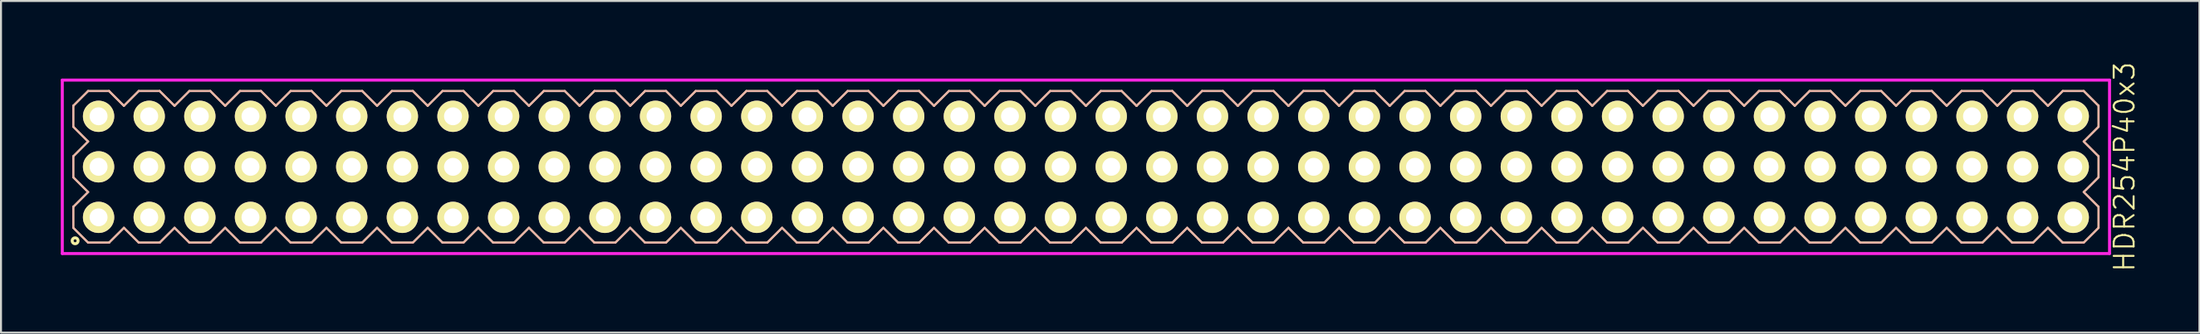
<source format=kicad_pcb>
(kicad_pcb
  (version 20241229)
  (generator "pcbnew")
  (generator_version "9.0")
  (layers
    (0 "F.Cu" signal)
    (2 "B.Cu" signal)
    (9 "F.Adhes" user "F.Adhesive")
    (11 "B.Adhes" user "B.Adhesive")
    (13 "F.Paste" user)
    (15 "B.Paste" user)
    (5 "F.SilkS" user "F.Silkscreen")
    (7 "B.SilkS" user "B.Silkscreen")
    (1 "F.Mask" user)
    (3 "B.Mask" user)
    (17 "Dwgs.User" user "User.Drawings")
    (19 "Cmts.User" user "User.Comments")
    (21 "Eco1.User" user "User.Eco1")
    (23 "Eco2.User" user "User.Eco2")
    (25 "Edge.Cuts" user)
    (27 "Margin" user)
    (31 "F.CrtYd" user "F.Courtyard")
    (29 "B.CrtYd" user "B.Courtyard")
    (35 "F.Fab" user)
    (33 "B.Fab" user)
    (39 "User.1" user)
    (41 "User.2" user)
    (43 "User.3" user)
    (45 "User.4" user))
  (footprint "HDR254P40x3"
    (layer "F.Cu")
    (at 51.425 5.336)
    (property "Reference" "HDR254P40x3" (at 52.1 0 90) (layer "F.SilkS") (effects (font (size 1 1) (thickness 0.1))))
    (attr through_hole)
    (fp_line (start -50.8 -3.066) (end -50.056 -3.81) (stroke (width 0.1) (type solid)) (layer "F.SilkS"))
    (fp_line (start -50.8 -2.014) (end -50.8 -3.066) (stroke (width 0.1) (type solid)) (layer "F.SilkS"))
    (fp_line (start -50.8 -0.526) (end -50.056 -1.27) (stroke (width 0.1) (type solid)) (layer "F.SilkS"))
    (fp_line (start -50.8 0.526) (end -50.8 -0.526) (stroke (width 0.1) (type solid)) (layer "F.SilkS"))
    (fp_line (start -50.8 2.014) (end -50.056 1.27) (stroke (width 0.1) (type solid)) (layer "F.SilkS"))
    (fp_line (start -50.8 3.066) (end -50.8 2.014) (stroke (width 0.1) (type solid)) (layer "F.SilkS"))
    (fp_line (start -50.056 -3.81) (end -49.004 -3.81) (stroke (width 0.1) (type solid)) (layer "F.SilkS"))
    (fp_line (start -50.056 -1.27) (end -50.8 -2.014) (stroke (width 0.1) (type solid)) (layer "F.SilkS"))
    (fp_line (start -50.056 1.27) (end -50.8 0.526) (stroke (width 0.1) (type solid)) (layer "F.SilkS"))
    (fp_line (start -50.056 3.81) (end -50.8 3.066) (stroke (width 0.1) (type solid)) (layer "F.SilkS"))
    (fp_line (start -49.004 -3.81) (end -48.26 -3.066) (stroke (width 0.1) (type solid)) (layer "F.SilkS"))
    (fp_line (start -49.004 3.81) (end -50.056 3.81) (stroke (width 0.1) (type solid)) (layer "F.SilkS"))
    (fp_line (start -48.26 -3.066) (end -47.516 -3.81) (stroke (width 0.1) (type solid)) (layer "F.SilkS"))
    (fp_line (start -48.26 3.066) (end -49.004 3.81) (stroke (width 0.1) (type solid)) (layer "F.SilkS"))
    (fp_line (start -47.516 -3.81) (end -46.464 -3.81) (stroke (width 0.1) (type solid)) (layer "F.SilkS"))
    (fp_line (start -47.516 3.81) (end -48.26 3.066) (stroke (width 0.1) (type solid)) (layer "F.SilkS"))
    (fp_line (start -46.464 -3.81) (end -45.72 -3.066) (stroke (width 0.1) (type solid)) (layer "F.SilkS"))
    (fp_line (start -46.464 3.81) (end -47.516 3.81) (stroke (width 0.1) (type solid)) (layer "F.SilkS"))
    (fp_line (start -45.72 -3.066) (end -44.976 -3.81) (stroke (width 0.1) (type solid)) (layer "F.SilkS"))
    (fp_line (start -45.72 3.066) (end -46.464 3.81) (stroke (width 0.1) (type solid)) (layer "F.SilkS"))
    (fp_line (start -44.976 -3.81) (end -43.924 -3.81) (stroke (width 0.1) (type solid)) (layer "F.SilkS"))
    (fp_line (start -44.976 3.81) (end -45.72 3.066) (stroke (width 0.1) (type solid)) (layer "F.SilkS"))
    (fp_line (start -43.924 -3.81) (end -43.18 -3.066) (stroke (width 0.1) (type solid)) (layer "F.SilkS"))
    (fp_line (start -43.924 3.81) (end -44.976 3.81) (stroke (width 0.1) (type solid)) (layer "F.SilkS"))
    (fp_line (start -43.18 -3.066) (end -42.436 -3.81) (stroke (width 0.1) (type solid)) (layer "F.SilkS"))
    (fp_line (start -43.18 3.066) (end -43.924 3.81) (stroke (width 0.1) (type solid)) (layer "F.SilkS"))
    (fp_line (start -42.436 -3.81) (end -41.384 -3.81) (stroke (width 0.1) (type solid)) (layer "F.SilkS"))
    (fp_line (start -42.436 3.81) (end -43.18 3.066) (stroke (width 0.1) (type solid)) (layer "F.SilkS"))
    (fp_line (start -41.384 -3.81) (end -40.64 -3.066) (stroke (width 0.1) (type solid)) (layer "F.SilkS"))
    (fp_line (start -41.384 3.81) (end -42.436 3.81) (stroke (width 0.1) (type solid)) (layer "F.SilkS"))
    (fp_line (start -40.64 -3.066) (end -39.896 -3.81) (stroke (width 0.1) (type solid)) (layer "F.SilkS"))
    (fp_line (start -40.64 3.066) (end -41.384 3.81) (stroke (width 0.1) (type solid)) (layer "F.SilkS"))
    (fp_line (start -39.896 -3.81) (end -38.844 -3.81) (stroke (width 0.1) (type solid)) (layer "F.SilkS"))
    (fp_line (start -39.896 3.81) (end -40.64 3.066) (stroke (width 0.1) (type solid)) (layer "F.SilkS"))
    (fp_line (start -38.844 -3.81) (end -38.1 -3.066) (stroke (width 0.1) (type solid)) (layer "F.SilkS"))
    (fp_line (start -38.844 3.81) (end -39.896 3.81) (stroke (width 0.1) (type solid)) (layer "F.SilkS"))
    (fp_line (start -38.1 -3.066) (end -37.356 -3.81) (stroke (width 0.1) (type solid)) (layer "F.SilkS"))
    (fp_line (start -38.1 3.066) (end -38.844 3.81) (stroke (width 0.1) (type solid)) (layer "F.SilkS"))
    (fp_line (start -37.356 -3.81) (end -36.304 -3.81) (stroke (width 0.1) (type solid)) (layer "F.SilkS"))
    (fp_line (start -37.356 3.81) (end -38.1 3.066) (stroke (width 0.1) (type solid)) (layer "F.SilkS"))
    (fp_line (start -36.304 -3.81) (end -35.56 -3.066) (stroke (width 0.1) (type solid)) (layer "F.SilkS"))
    (fp_line (start -36.304 3.81) (end -37.356 3.81) (stroke (width 0.1) (type solid)) (layer "F.SilkS"))
    (fp_line (start -35.56 -3.066) (end -34.816 -3.81) (stroke (width 0.1) (type solid)) (layer "F.SilkS"))
    (fp_line (start -35.56 3.066) (end -36.304 3.81) (stroke (width 0.1) (type solid)) (layer "F.SilkS"))
    (fp_line (start -34.816 -3.81) (end -33.764 -3.81) (stroke (width 0.1) (type solid)) (layer "F.SilkS"))
    (fp_line (start -34.816 3.81) (end -35.56 3.066) (stroke (width 0.1) (type solid)) (layer "F.SilkS"))
    (fp_line (start -33.764 -3.81) (end -33.02 -3.066) (stroke (width 0.1) (type solid)) (layer "F.SilkS"))
    (fp_line (start -33.764 3.81) (end -34.816 3.81) (stroke (width 0.1) (type solid)) (layer "F.SilkS"))
    (fp_line (start -33.02 -3.066) (end -32.276 -3.81) (stroke (width 0.1) (type solid)) (layer "F.SilkS"))
    (fp_line (start -33.02 3.066) (end -33.764 3.81) (stroke (width 0.1) (type solid)) (layer "F.SilkS"))
    (fp_line (start -32.276 -3.81) (end -31.224 -3.81) (stroke (width 0.1) (type solid)) (layer "F.SilkS"))
    (fp_line (start -32.276 3.81) (end -33.02 3.066) (stroke (width 0.1) (type solid)) (layer "F.SilkS"))
    (fp_line (start -31.224 -3.81) (end -30.48 -3.066) (stroke (width 0.1) (type solid)) (layer "F.SilkS"))
    (fp_line (start -31.224 3.81) (end -32.276 3.81) (stroke (width 0.1) (type solid)) (layer "F.SilkS"))
    (fp_line (start -30.48 -3.066) (end -29.736 -3.81) (stroke (width 0.1) (type solid)) (layer "F.SilkS"))
    (fp_line (start -30.48 3.066) (end -31.224 3.81) (stroke (width 0.1) (type solid)) (layer "F.SilkS"))
    (fp_line (start -29.736 -3.81) (end -28.684 -3.81) (stroke (width 0.1) (type solid)) (layer "F.SilkS"))
    (fp_line (start -29.736 3.81) (end -30.48 3.066) (stroke (width 0.1) (type solid)) (layer "F.SilkS"))
    (fp_line (start -28.684 -3.81) (end -27.94 -3.066) (stroke (width 0.1) (type solid)) (layer "F.SilkS"))
    (fp_line (start -28.684 3.81) (end -29.736 3.81) (stroke (width 0.1) (type solid)) (layer "F.SilkS"))
    (fp_line (start -27.94 -3.066) (end -27.196 -3.81) (stroke (width 0.1) (type solid)) (layer "F.SilkS"))
    (fp_line (start -27.94 3.066) (end -28.684 3.81) (stroke (width 0.1) (type solid)) (layer "F.SilkS"))
    (fp_line (start -27.196 -3.81) (end -26.144 -3.81) (stroke (width 0.1) (type solid)) (layer "F.SilkS"))
    (fp_line (start -27.196 3.81) (end -27.94 3.066) (stroke (width 0.1) (type solid)) (layer "F.SilkS"))
    (fp_line (start -26.144 -3.81) (end -25.4 -3.066) (stroke (width 0.1) (type solid)) (layer "F.SilkS"))
    (fp_line (start -26.144 3.81) (end -27.196 3.81) (stroke (width 0.1) (type solid)) (layer "F.SilkS"))
    (fp_line (start -25.4 -3.066) (end -24.656 -3.81) (stroke (width 0.1) (type solid)) (layer "F.SilkS"))
    (fp_line (start -25.4 3.066) (end -26.144 3.81) (stroke (width 0.1) (type solid)) (layer "F.SilkS"))
    (fp_line (start -24.656 -3.81) (end -23.604 -3.81) (stroke (width 0.1) (type solid)) (layer "F.SilkS"))
    (fp_line (start -24.656 3.81) (end -25.4 3.066) (stroke (width 0.1) (type solid)) (layer "F.SilkS"))
    (fp_line (start -23.604 -3.81) (end -22.86 -3.066) (stroke (width 0.1) (type solid)) (layer "F.SilkS"))
    (fp_line (start -23.604 3.81) (end -24.656 3.81) (stroke (width 0.1) (type solid)) (layer "F.SilkS"))
    (fp_line (start -22.86 -3.066) (end -22.116 -3.81) (stroke (width 0.1) (type solid)) (layer "F.SilkS"))
    (fp_line (start -22.86 3.066) (end -23.604 3.81) (stroke (width 0.1) (type solid)) (layer "F.SilkS"))
    (fp_line (start -22.116 -3.81) (end -21.064 -3.81) (stroke (width 0.1) (type solid)) (layer "F.SilkS"))
    (fp_line (start -22.116 3.81) (end -22.86 3.066) (stroke (width 0.1) (type solid)) (layer "F.SilkS"))
    (fp_line (start -21.064 -3.81) (end -20.32 -3.066) (stroke (width 0.1) (type solid)) (layer "F.SilkS"))
    (fp_line (start -21.064 3.81) (end -22.116 3.81) (stroke (width 0.1) (type solid)) (layer "F.SilkS"))
    (fp_line (start -20.32 -3.066) (end -19.576 -3.81) (stroke (width 0.1) (type solid)) (layer "F.SilkS"))
    (fp_line (start -20.32 3.066) (end -21.064 3.81) (stroke (width 0.1) (type solid)) (layer "F.SilkS"))
    (fp_line (start -19.576 -3.81) (end -18.524 -3.81) (stroke (width 0.1) (type solid)) (layer "F.SilkS"))
    (fp_line (start -19.576 3.81) (end -20.32 3.066) (stroke (width 0.1) (type solid)) (layer "F.SilkS"))
    (fp_line (start -18.524 -3.81) (end -17.78 -3.066) (stroke (width 0.1) (type solid)) (layer "F.SilkS"))
    (fp_line (start -18.524 3.81) (end -19.576 3.81) (stroke (width 0.1) (type solid)) (layer "F.SilkS"))
    (fp_line (start -17.78 -3.066) (end -17.036 -3.81) (stroke (width 0.1) (type solid)) (layer "F.SilkS"))
    (fp_line (start -17.78 3.066) (end -18.524 3.81) (stroke (width 0.1) (type solid)) (layer "F.SilkS"))
    (fp_line (start -17.036 -3.81) (end -15.984 -3.81) (stroke (width 0.1) (type solid)) (layer "F.SilkS"))
    (fp_line (start -17.036 3.81) (end -17.78 3.066) (stroke (width 0.1) (type solid)) (layer "F.SilkS"))
    (fp_line (start -15.984 -3.81) (end -15.24 -3.066) (stroke (width 0.1) (type solid)) (layer "F.SilkS"))
    (fp_line (start -15.984 3.81) (end -17.036 3.81) (stroke (width 0.1) (type solid)) (layer "F.SilkS"))
    (fp_line (start -15.24 -3.066) (end -14.496 -3.81) (stroke (width 0.1) (type solid)) (layer "F.SilkS"))
    (fp_line (start -15.24 3.066) (end -15.984 3.81) (stroke (width 0.1) (type solid)) (layer "F.SilkS"))
    (fp_line (start -14.496 -3.81) (end -13.444 -3.81) (stroke (width 0.1) (type solid)) (layer "F.SilkS"))
    (fp_line (start -14.496 3.81) (end -15.24 3.066) (stroke (width 0.1) (type solid)) (layer "F.SilkS"))
    (fp_line (start -13.444 -3.81) (end -12.7 -3.066) (stroke (width 0.1) (type solid)) (layer "F.SilkS"))
    (fp_line (start -13.444 3.81) (end -14.496 3.81) (stroke (width 0.1) (type solid)) (layer "F.SilkS"))
    (fp_line (start -12.7 -3.066) (end -11.956 -3.81) (stroke (width 0.1) (type solid)) (layer "F.SilkS"))
    (fp_line (start -12.7 3.066) (end -13.444 3.81) (stroke (width 0.1) (type solid)) (layer "F.SilkS"))
    (fp_line (start -11.956 -3.81) (end -10.904 -3.81) (stroke (width 0.1) (type solid)) (layer "F.SilkS"))
    (fp_line (start -11.956 3.81) (end -12.7 3.066) (stroke (width 0.1) (type solid)) (layer "F.SilkS"))
    (fp_line (start -10.904 -3.81) (end -10.16 -3.066) (stroke (width 0.1) (type solid)) (layer "F.SilkS"))
    (fp_line (start -10.904 3.81) (end -11.956 3.81) (stroke (width 0.1) (type solid)) (layer "F.SilkS"))
    (fp_line (start -10.16 -3.066) (end -9.416 -3.81) (stroke (width 0.1) (type solid)) (layer "F.SilkS"))
    (fp_line (start -10.16 3.066) (end -10.904 3.81) (stroke (width 0.1) (type solid)) (layer "F.SilkS"))
    (fp_line (start -9.416 -3.81) (end -8.364 -3.81) (stroke (width 0.1) (type solid)) (layer "F.SilkS"))
    (fp_line (start -9.416 3.81) (end -10.16 3.066) (stroke (width 0.1) (type solid)) (layer "F.SilkS"))
    (fp_line (start -8.364 -3.81) (end -7.62 -3.066) (stroke (width 0.1) (type solid)) (layer "F.SilkS"))
    (fp_line (start -8.364 3.81) (end -9.416 3.81) (stroke (width 0.1) (type solid)) (layer "F.SilkS"))
    (fp_line (start -7.62 -3.066) (end -6.876 -3.81) (stroke (width 0.1) (type solid)) (layer "F.SilkS"))
    (fp_line (start -7.62 3.066) (end -8.364 3.81) (stroke (width 0.1) (type solid)) (layer "F.SilkS"))
    (fp_line (start -6.876 -3.81) (end -5.824 -3.81) (stroke (width 0.1) (type solid)) (layer "F.SilkS"))
    (fp_line (start -6.876 3.81) (end -7.62 3.066) (stroke (width 0.1) (type solid)) (layer "F.SilkS"))
    (fp_line (start -5.824 -3.81) (end -5.08 -3.066) (stroke (width 0.1) (type solid)) (layer "F.SilkS"))
    (fp_line (start -5.824 3.81) (end -6.876 3.81) (stroke (width 0.1) (type solid)) (layer "F.SilkS"))
    (fp_line (start -5.08 -3.066) (end -4.336 -3.81) (stroke (width 0.1) (type solid)) (layer "F.SilkS"))
    (fp_line (start -5.08 3.066) (end -5.824 3.81) (stroke (width 0.1) (type solid)) (layer "F.SilkS"))
    (fp_line (start -4.336 -3.81) (end -3.284 -3.81) (stroke (width 0.1) (type solid)) (layer "F.SilkS"))
    (fp_line (start -4.336 3.81) (end -5.08 3.066) (stroke (width 0.1) (type solid)) (layer "F.SilkS"))
    (fp_line (start -3.284 -3.81) (end -2.54 -3.066) (stroke (width 0.1) (type solid)) (layer "F.SilkS"))
    (fp_line (start -3.284 3.81) (end -4.336 3.81) (stroke (width 0.1) (type solid)) (layer "F.SilkS"))
    (fp_line (start -2.54 -3.066) (end -1.796 -3.81) (stroke (width 0.1) (type solid)) (layer "F.SilkS"))
    (fp_line (start -2.54 3.066) (end -3.284 3.81) (stroke (width 0.1) (type solid)) (layer "F.SilkS"))
    (fp_line (start -1.796 -3.81) (end -0.744 -3.81) (stroke (width 0.1) (type solid)) (layer "F.SilkS"))
    (fp_line (start -1.796 3.81) (end -2.54 3.066) (stroke (width 0.1) (type solid)) (layer "F.SilkS"))
    (fp_line (start -0.744 -3.81) (end 0 -3.066) (stroke (width 0.1) (type solid)) (layer "F.SilkS"))
    (fp_line (start -0.744 3.81) (end -1.796 3.81) (stroke (width 0.1) (type solid)) (layer "F.SilkS"))
    (fp_line (start 0 -3.066) (end 0.744 -3.81) (stroke (width 0.1) (type solid)) (layer "F.SilkS"))
    (fp_line (start 0 3.066) (end -0.744 3.81) (stroke (width 0.1) (type solid)) (layer "F.SilkS"))
    (fp_line (start 0.744 -3.81) (end 1.796 -3.81) (stroke (width 0.1) (type solid)) (layer "F.SilkS"))
    (fp_line (start 0.744 3.81) (end 0 3.066) (stroke (width 0.1) (type solid)) (layer "F.SilkS"))
    (fp_line (start 1.796 -3.81) (end 2.54 -3.066) (stroke (width 0.1) (type solid)) (layer "F.SilkS"))
    (fp_line (start 1.796 3.81) (end 0.744 3.81) (stroke (width 0.1) (type solid)) (layer "F.SilkS"))
    (fp_line (start 2.54 -3.066) (end 3.284 -3.81) (stroke (width 0.1) (type solid)) (layer "F.SilkS"))
    (fp_line (start 2.54 3.066) (end 1.796 3.81) (stroke (width 0.1) (type solid)) (layer "F.SilkS"))
    (fp_line (start 3.284 -3.81) (end 4.336 -3.81) (stroke (width 0.1) (type solid)) (layer "F.SilkS"))
    (fp_line (start 3.284 3.81) (end 2.54 3.066) (stroke (width 0.1) (type solid)) (layer "F.SilkS"))
    (fp_line (start 4.336 -3.81) (end 5.08 -3.066) (stroke (width 0.1) (type solid)) (layer "F.SilkS"))
    (fp_line (start 4.336 3.81) (end 3.284 3.81) (stroke (width 0.1) (type solid)) (layer "F.SilkS"))
    (fp_line (start 5.08 -3.066) (end 5.824 -3.81) (stroke (width 0.1) (type solid)) (layer "F.SilkS"))
    (fp_line (start 5.08 3.066) (end 4.336 3.81) (stroke (width 0.1) (type solid)) (layer "F.SilkS"))
    (fp_line (start 5.824 -3.81) (end 6.876 -3.81) (stroke (width 0.1) (type solid)) (layer "F.SilkS"))
    (fp_line (start 5.824 3.81) (end 5.08 3.066) (stroke (width 0.1) (type solid)) (layer "F.SilkS"))
    (fp_line (start 6.876 -3.81) (end 7.62 -3.066) (stroke (width 0.1) (type solid)) (layer "F.SilkS"))
    (fp_line (start 6.876 3.81) (end 5.824 3.81) (stroke (width 0.1) (type solid)) (layer "F.SilkS"))
    (fp_line (start 7.62 -3.066) (end 8.364 -3.81) (stroke (width 0.1) (type solid)) (layer "F.SilkS"))
    (fp_line (start 7.62 3.066) (end 6.876 3.81) (stroke (width 0.1) (type solid)) (layer "F.SilkS"))
    (fp_line (start 8.364 -3.81) (end 9.416 -3.81) (stroke (width 0.1) (type solid)) (layer "F.SilkS"))
    (fp_line (start 8.364 3.81) (end 7.62 3.066) (stroke (width 0.1) (type solid)) (layer "F.SilkS"))
    (fp_line (start 9.416 -3.81) (end 10.16 -3.066) (stroke (width 0.1) (type solid)) (layer "F.SilkS"))
    (fp_line (start 9.416 3.81) (end 8.364 3.81) (stroke (width 0.1) (type solid)) (layer "F.SilkS"))
    (fp_line (start 10.16 -3.066) (end 10.904 -3.81) (stroke (width 0.1) (type solid)) (layer "F.SilkS"))
    (fp_line (start 10.16 3.066) (end 9.416 3.81) (stroke (width 0.1) (type solid)) (layer "F.SilkS"))
    (fp_line (start 10.904 -3.81) (end 11.956 -3.81) (stroke (width 0.1) (type solid)) (layer "F.SilkS"))
    (fp_line (start 10.904 3.81) (end 10.16 3.066) (stroke (width 0.1) (type solid)) (layer "F.SilkS"))
    (fp_line (start 11.956 -3.81) (end 12.7 -3.066) (stroke (width 0.1) (type solid)) (layer "F.SilkS"))
    (fp_line (start 11.956 3.81) (end 10.904 3.81) (stroke (width 0.1) (type solid)) (layer "F.SilkS"))
    (fp_line (start 12.7 -3.066) (end 13.444 -3.81) (stroke (width 0.1) (type solid)) (layer "F.SilkS"))
    (fp_line (start 12.7 3.066) (end 11.956 3.81) (stroke (width 0.1) (type solid)) (layer "F.SilkS"))
    (fp_line (start 13.444 -3.81) (end 14.496 -3.81) (stroke (width 0.1) (type solid)) (layer "F.SilkS"))
    (fp_line (start 13.444 3.81) (end 12.7 3.066) (stroke (width 0.1) (type solid)) (layer "F.SilkS"))
    (fp_line (start 14.496 -3.81) (end 15.24 -3.066) (stroke (width 0.1) (type solid)) (layer "F.SilkS"))
    (fp_line (start 14.496 3.81) (end 13.444 3.81) (stroke (width 0.1) (type solid)) (layer "F.SilkS"))
    (fp_line (start 15.24 -3.066) (end 15.984 -3.81) (stroke (width 0.1) (type solid)) (layer "F.SilkS"))
    (fp_line (start 15.24 3.066) (end 14.496 3.81) (stroke (width 0.1) (type solid)) (layer "F.SilkS"))
    (fp_line (start 15.984 -3.81) (end 17.036 -3.81) (stroke (width 0.1) (type solid)) (layer "F.SilkS"))
    (fp_line (start 15.984 3.81) (end 15.24 3.066) (stroke (width 0.1) (type solid)) (layer "F.SilkS"))
    (fp_line (start 17.036 -3.81) (end 17.78 -3.066) (stroke (width 0.1) (type solid)) (layer "F.SilkS"))
    (fp_line (start 17.036 3.81) (end 15.984 3.81) (stroke (width 0.1) (type solid)) (layer "F.SilkS"))
    (fp_line (start 17.78 -3.066) (end 18.524 -3.81) (stroke (width 0.1) (type solid)) (layer "F.SilkS"))
    (fp_line (start 17.78 3.066) (end 17.036 3.81) (stroke (width 0.1) (type solid)) (layer "F.SilkS"))
    (fp_line (start 18.524 -3.81) (end 19.576 -3.81) (stroke (width 0.1) (type solid)) (layer "F.SilkS"))
    (fp_line (start 18.524 3.81) (end 17.78 3.066) (stroke (width 0.1) (type solid)) (layer "F.SilkS"))
    (fp_line (start 19.576 -3.81) (end 20.32 -3.066) (stroke (width 0.1) (type solid)) (layer "F.SilkS"))
    (fp_line (start 19.576 3.81) (end 18.524 3.81) (stroke (width 0.1) (type solid)) (layer "F.SilkS"))
    (fp_line (start 20.32 -3.066) (end 21.064 -3.81) (stroke (width 0.1) (type solid)) (layer "F.SilkS"))
    (fp_line (start 20.32 3.066) (end 19.576 3.81) (stroke (width 0.1) (type solid)) (layer "F.SilkS"))
    (fp_line (start 21.064 -3.81) (end 22.116 -3.81) (stroke (width 0.1) (type solid)) (layer "F.SilkS"))
    (fp_line (start 21.064 3.81) (end 20.32 3.066) (stroke (width 0.1) (type solid)) (layer "F.SilkS"))
    (fp_line (start 22.116 -3.81) (end 22.86 -3.066) (stroke (width 0.1) (type solid)) (layer "F.SilkS"))
    (fp_line (start 22.116 3.81) (end 21.064 3.81) (stroke (width 0.1) (type solid)) (layer "F.SilkS"))
    (fp_line (start 22.86 -3.066) (end 23.604 -3.81) (stroke (width 0.1) (type solid)) (layer "F.SilkS"))
    (fp_line (start 22.86 3.066) (end 22.116 3.81) (stroke (width 0.1) (type solid)) (layer "F.SilkS"))
    (fp_line (start 23.604 -3.81) (end 24.656 -3.81) (stroke (width 0.1) (type solid)) (layer "F.SilkS"))
    (fp_line (start 23.604 3.81) (end 22.86 3.066) (stroke (width 0.1) (type solid)) (layer "F.SilkS"))
    (fp_line (start 24.656 -3.81) (end 25.4 -3.066) (stroke (width 0.1) (type solid)) (layer "F.SilkS"))
    (fp_line (start 24.656 3.81) (end 23.604 3.81) (stroke (width 0.1) (type solid)) (layer "F.SilkS"))
    (fp_line (start 25.4 -3.066) (end 26.144 -3.81) (stroke (width 0.1) (type solid)) (layer "F.SilkS"))
    (fp_line (start 25.4 3.066) (end 24.656 3.81) (stroke (width 0.1) (type solid)) (layer "F.SilkS"))
    (fp_line (start 26.144 -3.81) (end 27.196 -3.81) (stroke (width 0.1) (type solid)) (layer "F.SilkS"))
    (fp_line (start 26.144 3.81) (end 25.4 3.066) (stroke (width 0.1) (type solid)) (layer "F.SilkS"))
    (fp_line (start 27.196 -3.81) (end 27.94 -3.066) (stroke (width 0.1) (type solid)) (layer "F.SilkS"))
    (fp_line (start 27.196 3.81) (end 26.144 3.81) (stroke (width 0.1) (type solid)) (layer "F.SilkS"))
    (fp_line (start 27.94 -3.066) (end 28.684 -3.81) (stroke (width 0.1) (type solid)) (layer "F.SilkS"))
    (fp_line (start 27.94 3.066) (end 27.196 3.81) (stroke (width 0.1) (type solid)) (layer "F.SilkS"))
    (fp_line (start 28.684 -3.81) (end 29.736 -3.81) (stroke (width 0.1) (type solid)) (layer "F.SilkS"))
    (fp_line (start 28.684 3.81) (end 27.94 3.066) (stroke (width 0.1) (type solid)) (layer "F.SilkS"))
    (fp_line (start 29.736 -3.81) (end 30.48 -3.066) (stroke (width 0.1) (type solid)) (layer "F.SilkS"))
    (fp_line (start 29.736 3.81) (end 28.684 3.81) (stroke (width 0.1) (type solid)) (layer "F.SilkS"))
    (fp_line (start 30.48 -3.066) (end 31.224 -3.81) (stroke (width 0.1) (type solid)) (layer "F.SilkS"))
    (fp_line (start 30.48 3.066) (end 29.736 3.81) (stroke (width 0.1) (type solid)) (layer "F.SilkS"))
    (fp_line (start 31.224 -3.81) (end 32.276 -3.81) (stroke (width 0.1) (type solid)) (layer "F.SilkS"))
    (fp_line (start 31.224 3.81) (end 30.48 3.066) (stroke (width 0.1) (type solid)) (layer "F.SilkS"))
    (fp_line (start 32.276 -3.81) (end 33.02 -3.066) (stroke (width 0.1) (type solid)) (layer "F.SilkS"))
    (fp_line (start 32.276 3.81) (end 31.224 3.81) (stroke (width 0.1) (type solid)) (layer "F.SilkS"))
    (fp_line (start 33.02 -3.066) (end 33.764 -3.81) (stroke (width 0.1) (type solid)) (layer "F.SilkS"))
    (fp_line (start 33.02 3.066) (end 32.276 3.81) (stroke (width 0.1) (type solid)) (layer "F.SilkS"))
    (fp_line (start 33.764 -3.81) (end 34.816 -3.81) (stroke (width 0.1) (type solid)) (layer "F.SilkS"))
    (fp_line (start 33.764 3.81) (end 33.02 3.066) (stroke (width 0.1) (type solid)) (layer "F.SilkS"))
    (fp_line (start 34.816 -3.81) (end 35.56 -3.066) (stroke (width 0.1) (type solid)) (layer "F.SilkS"))
    (fp_line (start 34.816 3.81) (end 33.764 3.81) (stroke (width 0.1) (type solid)) (layer "F.SilkS"))
    (fp_line (start 35.56 -3.066) (end 36.304 -3.81) (stroke (width 0.1) (type solid)) (layer "F.SilkS"))
    (fp_line (start 35.56 3.066) (end 34.816 3.81) (stroke (width 0.1) (type solid)) (layer "F.SilkS"))
    (fp_line (start 36.304 -3.81) (end 37.356 -3.81) (stroke (width 0.1) (type solid)) (layer "F.SilkS"))
    (fp_line (start 36.304 3.81) (end 35.56 3.066) (stroke (width 0.1) (type solid)) (layer "F.SilkS"))
    (fp_line (start 37.356 -3.81) (end 38.1 -3.066) (stroke (width 0.1) (type solid)) (layer "F.SilkS"))
    (fp_line (start 37.356 3.81) (end 36.304 3.81) (stroke (width 0.1) (type solid)) (layer "F.SilkS"))
    (fp_line (start 38.1 -3.066) (end 38.844 -3.81) (stroke (width 0.1) (type solid)) (layer "F.SilkS"))
    (fp_line (start 38.1 3.066) (end 37.356 3.81) (stroke (width 0.1) (type solid)) (layer "F.SilkS"))
    (fp_line (start 38.844 -3.81) (end 39.896 -3.81) (stroke (width 0.1) (type solid)) (layer "F.SilkS"))
    (fp_line (start 38.844 3.81) (end 38.1 3.066) (stroke (width 0.1) (type solid)) (layer "F.SilkS"))
    (fp_line (start 39.896 -3.81) (end 40.64 -3.066) (stroke (width 0.1) (type solid)) (layer "F.SilkS"))
    (fp_line (start 39.896 3.81) (end 38.844 3.81) (stroke (width 0.1) (type solid)) (layer "F.SilkS"))
    (fp_line (start 40.64 -3.066) (end 41.384 -3.81) (stroke (width 0.1) (type solid)) (layer "F.SilkS"))
    (fp_line (start 40.64 3.066) (end 39.896 3.81) (stroke (width 0.1) (type solid)) (layer "F.SilkS"))
    (fp_line (start 41.384 -3.81) (end 42.436 -3.81) (stroke (width 0.1) (type solid)) (layer "F.SilkS"))
    (fp_line (start 41.384 3.81) (end 40.64 3.066) (stroke (width 0.1) (type solid)) (layer "F.SilkS"))
    (fp_line (start 42.436 -3.81) (end 43.18 -3.066) (stroke (width 0.1) (type solid)) (layer "F.SilkS"))
    (fp_line (start 42.436 3.81) (end 41.384 3.81) (stroke (width 0.1) (type solid)) (layer "F.SilkS"))
    (fp_line (start 43.18 -3.066) (end 43.924 -3.81) (stroke (width 0.1) (type solid)) (layer "F.SilkS"))
    (fp_line (start 43.18 3.066) (end 42.436 3.81) (stroke (width 0.1) (type solid)) (layer "F.SilkS"))
    (fp_line (start 43.924 -3.81) (end 44.976 -3.81) (stroke (width 0.1) (type solid)) (layer "F.SilkS"))
    (fp_line (start 43.924 3.81) (end 43.18 3.066) (stroke (width 0.1) (type solid)) (layer "F.SilkS"))
    (fp_line (start 44.976 -3.81) (end 45.72 -3.066) (stroke (width 0.1) (type solid)) (layer "F.SilkS"))
    (fp_line (start 44.976 3.81) (end 43.924 3.81) (stroke (width 0.1) (type solid)) (layer "F.SilkS"))
    (fp_line (start 45.72 -3.066) (end 46.464 -3.81) (stroke (width 0.1) (type solid)) (layer "F.SilkS"))
    (fp_line (start 45.72 3.066) (end 44.976 3.81) (stroke (width 0.1) (type solid)) (layer "F.SilkS"))
    (fp_line (start 46.464 -3.81) (end 47.516 -3.81) (stroke (width 0.1) (type solid)) (layer "F.SilkS"))
    (fp_line (start 46.464 3.81) (end 45.72 3.066) (stroke (width 0.1) (type solid)) (layer "F.SilkS"))
    (fp_line (start 47.516 -3.81) (end 48.26 -3.066) (stroke (width 0.1) (type solid)) (layer "F.SilkS"))
    (fp_line (start 47.516 3.81) (end 46.464 3.81) (stroke (width 0.1) (type solid)) (layer "F.SilkS"))
    (fp_line (start 48.26 -3.066) (end 49.004 -3.81) (stroke (width 0.1) (type solid)) (layer "F.SilkS"))
    (fp_line (start 48.26 3.066) (end 47.516 3.81) (stroke (width 0.1) (type solid)) (layer "F.SilkS"))
    (fp_line (start 49.004 -3.81) (end 50.056 -3.81) (stroke (width 0.1) (type solid)) (layer "F.SilkS"))
    (fp_line (start 49.004 3.81) (end 48.26 3.066) (stroke (width 0.1) (type solid)) (layer "F.SilkS"))
    (fp_line (start 50.056 -3.81) (end 50.8 -3.066) (stroke (width 0.1) (type solid)) (layer "F.SilkS"))
    (fp_line (start 50.056 -1.27) (end 50.8 -0.526) (stroke (width 0.1) (type solid)) (layer "F.SilkS"))
    (fp_line (start 50.056 1.27) (end 50.8 2.014) (stroke (width 0.1) (type solid)) (layer "F.SilkS"))
    (fp_line (start 50.056 3.81) (end 49.004 3.81) (stroke (width 0.1) (type solid)) (layer "F.SilkS"))
    (fp_line (start 50.8 -3.066) (end 50.8 -2.014) (stroke (width 0.1) (type solid)) (layer "F.SilkS"))
    (fp_line (start 50.8 -2.014) (end 50.056 -1.27) (stroke (width 0.1) (type solid)) (layer "F.SilkS"))
    (fp_line (start 50.8 -0.526) (end 50.8 0.526) (stroke (width 0.1) (type solid)) (layer "F.SilkS"))
    (fp_line (start 50.8 0.526) (end 50.056 1.27) (stroke (width 0.1) (type solid)) (layer "F.SilkS"))
    (fp_line (start 50.8 2.014) (end 50.8 3.066) (stroke (width 0.1) (type solid)) (layer "F.SilkS"))
    (fp_line (start 50.8 3.066) (end 50.056 3.81) (stroke (width 0.1) (type solid)) (layer "F.SilkS"))
    (fp_circle (center -50.707 3.718) (end -50.558 3.718) (stroke (width 0.15) (type solid)) (fill no) (layer "F.SilkS"))
    (fp_line (start -50.8 -3.066) (end -50.056 -3.81) (stroke (width 0.1) (type solid)) (layer "B.SilkS"))
    (fp_line (start -50.8 -2.014) (end -50.8 -3.066) (stroke (width 0.1) (type solid)) (layer "B.SilkS"))
    (fp_line (start -50.8 -0.526) (end -50.056 -1.27) (stroke (width 0.1) (type solid)) (layer "B.SilkS"))
    (fp_line (start -50.8 0.526) (end -50.8 -0.526) (stroke (width 0.1) (type solid)) (layer "B.SilkS"))
    (fp_line (start -50.8 2.014) (end -50.056 1.27) (stroke (width 0.1) (type solid)) (layer "B.SilkS"))
    (fp_line (start -50.8 3.066) (end -50.8 2.014) (stroke (width 0.1) (type solid)) (layer "B.SilkS"))
    (fp_line (start -50.056 -3.81) (end -49.004 -3.81) (stroke (width 0.1) (type solid)) (layer "B.SilkS"))
    (fp_line (start -50.056 -1.27) (end -50.8 -2.014) (stroke (width 0.1) (type solid)) (layer "B.SilkS"))
    (fp_line (start -50.056 1.27) (end -50.8 0.526) (stroke (width 0.1) (type solid)) (layer "B.SilkS"))
    (fp_line (start -50.056 3.81) (end -50.8 3.066) (stroke (width 0.1) (type solid)) (layer "B.SilkS"))
    (fp_line (start -49.004 -3.81) (end -48.26 -3.066) (stroke (width 0.1) (type solid)) (layer "B.SilkS"))
    (fp_line (start -49.004 3.81) (end -50.056 3.81) (stroke (width 0.1) (type solid)) (layer "B.SilkS"))
    (fp_line (start -48.26 -3.066) (end -47.516 -3.81) (stroke (width 0.1) (type solid)) (layer "B.SilkS"))
    (fp_line (start -48.26 3.066) (end -49.004 3.81) (stroke (width 0.1) (type solid)) (layer "B.SilkS"))
    (fp_line (start -47.516 -3.81) (end -46.464 -3.81) (stroke (width 0.1) (type solid)) (layer "B.SilkS"))
    (fp_line (start -47.516 3.81) (end -48.26 3.066) (stroke (width 0.1) (type solid)) (layer "B.SilkS"))
    (fp_line (start -46.464 -3.81) (end -45.72 -3.066) (stroke (width 0.1) (type solid)) (layer "B.SilkS"))
    (fp_line (start -46.464 3.81) (end -47.516 3.81) (stroke (width 0.1) (type solid)) (layer "B.SilkS"))
    (fp_line (start -45.72 -3.066) (end -44.976 -3.81) (stroke (width 0.1) (type solid)) (layer "B.SilkS"))
    (fp_line (start -45.72 3.066) (end -46.464 3.81) (stroke (width 0.1) (type solid)) (layer "B.SilkS"))
    (fp_line (start -44.976 -3.81) (end -43.924 -3.81) (stroke (width 0.1) (type solid)) (layer "B.SilkS"))
    (fp_line (start -44.976 3.81) (end -45.72 3.066) (stroke (width 0.1) (type solid)) (layer "B.SilkS"))
    (fp_line (start -43.924 -3.81) (end -43.18 -3.066) (stroke (width 0.1) (type solid)) (layer "B.SilkS"))
    (fp_line (start -43.924 3.81) (end -44.976 3.81) (stroke (width 0.1) (type solid)) (layer "B.SilkS"))
    (fp_line (start -43.18 -3.066) (end -42.436 -3.81) (stroke (width 0.1) (type solid)) (layer "B.SilkS"))
    (fp_line (start -43.18 3.066) (end -43.924 3.81) (stroke (width 0.1) (type solid)) (layer "B.SilkS"))
    (fp_line (start -42.436 -3.81) (end -41.384 -3.81) (stroke (width 0.1) (type solid)) (layer "B.SilkS"))
    (fp_line (start -42.436 3.81) (end -43.18 3.066) (stroke (width 0.1) (type solid)) (layer "B.SilkS"))
    (fp_line (start -41.384 -3.81) (end -40.64 -3.066) (stroke (width 0.1) (type solid)) (layer "B.SilkS"))
    (fp_line (start -41.384 3.81) (end -42.436 3.81) (stroke (width 0.1) (type solid)) (layer "B.SilkS"))
    (fp_line (start -40.64 -3.066) (end -39.896 -3.81) (stroke (width 0.1) (type solid)) (layer "B.SilkS"))
    (fp_line (start -40.64 3.066) (end -41.384 3.81) (stroke (width 0.1) (type solid)) (layer "B.SilkS"))
    (fp_line (start -39.896 -3.81) (end -38.844 -3.81) (stroke (width 0.1) (type solid)) (layer "B.SilkS"))
    (fp_line (start -39.896 3.81) (end -40.64 3.066) (stroke (width 0.1) (type solid)) (layer "B.SilkS"))
    (fp_line (start -38.844 -3.81) (end -38.1 -3.066) (stroke (width 0.1) (type solid)) (layer "B.SilkS"))
    (fp_line (start -38.844 3.81) (end -39.896 3.81) (stroke (width 0.1) (type solid)) (layer "B.SilkS"))
    (fp_line (start -38.1 -3.066) (end -37.356 -3.81) (stroke (width 0.1) (type solid)) (layer "B.SilkS"))
    (fp_line (start -38.1 3.066) (end -38.844 3.81) (stroke (width 0.1) (type solid)) (layer "B.SilkS"))
    (fp_line (start -37.356 -3.81) (end -36.304 -3.81) (stroke (width 0.1) (type solid)) (layer "B.SilkS"))
    (fp_line (start -37.356 3.81) (end -38.1 3.066) (stroke (width 0.1) (type solid)) (layer "B.SilkS"))
    (fp_line (start -36.304 -3.81) (end -35.56 -3.066) (stroke (width 0.1) (type solid)) (layer "B.SilkS"))
    (fp_line (start -36.304 3.81) (end -37.356 3.81) (stroke (width 0.1) (type solid)) (layer "B.SilkS"))
    (fp_line (start -35.56 -3.066) (end -34.816 -3.81) (stroke (width 0.1) (type solid)) (layer "B.SilkS"))
    (fp_line (start -35.56 3.066) (end -36.304 3.81) (stroke (width 0.1) (type solid)) (layer "B.SilkS"))
    (fp_line (start -34.816 -3.81) (end -33.764 -3.81) (stroke (width 0.1) (type solid)) (layer "B.SilkS"))
    (fp_line (start -34.816 3.81) (end -35.56 3.066) (stroke (width 0.1) (type solid)) (layer "B.SilkS"))
    (fp_line (start -33.764 -3.81) (end -33.02 -3.066) (stroke (width 0.1) (type solid)) (layer "B.SilkS"))
    (fp_line (start -33.764 3.81) (end -34.816 3.81) (stroke (width 0.1) (type solid)) (layer "B.SilkS"))
    (fp_line (start -33.02 -3.066) (end -32.276 -3.81) (stroke (width 0.1) (type solid)) (layer "B.SilkS"))
    (fp_line (start -33.02 3.066) (end -33.764 3.81) (stroke (width 0.1) (type solid)) (layer "B.SilkS"))
    (fp_line (start -32.276 -3.81) (end -31.224 -3.81) (stroke (width 0.1) (type solid)) (layer "B.SilkS"))
    (fp_line (start -32.276 3.81) (end -33.02 3.066) (stroke (width 0.1) (type solid)) (layer "B.SilkS"))
    (fp_line (start -31.224 -3.81) (end -30.48 -3.066) (stroke (width 0.1) (type solid)) (layer "B.SilkS"))
    (fp_line (start -31.224 3.81) (end -32.276 3.81) (stroke (width 0.1) (type solid)) (layer "B.SilkS"))
    (fp_line (start -30.48 -3.066) (end -29.736 -3.81) (stroke (width 0.1) (type solid)) (layer "B.SilkS"))
    (fp_line (start -30.48 3.066) (end -31.224 3.81) (stroke (width 0.1) (type solid)) (layer "B.SilkS"))
    (fp_line (start -29.736 -3.81) (end -28.684 -3.81) (stroke (width 0.1) (type solid)) (layer "B.SilkS"))
    (fp_line (start -29.736 3.81) (end -30.48 3.066) (stroke (width 0.1) (type solid)) (layer "B.SilkS"))
    (fp_line (start -28.684 -3.81) (end -27.94 -3.066) (stroke (width 0.1) (type solid)) (layer "B.SilkS"))
    (fp_line (start -28.684 3.81) (end -29.736 3.81) (stroke (width 0.1) (type solid)) (layer "B.SilkS"))
    (fp_line (start -27.94 -3.066) (end -27.196 -3.81) (stroke (width 0.1) (type solid)) (layer "B.SilkS"))
    (fp_line (start -27.94 3.066) (end -28.684 3.81) (stroke (width 0.1) (type solid)) (layer "B.SilkS"))
    (fp_line (start -27.196 -3.81) (end -26.144 -3.81) (stroke (width 0.1) (type solid)) (layer "B.SilkS"))
    (fp_line (start -27.196 3.81) (end -27.94 3.066) (stroke (width 0.1) (type solid)) (layer "B.SilkS"))
    (fp_line (start -26.144 -3.81) (end -25.4 -3.066) (stroke (width 0.1) (type solid)) (layer "B.SilkS"))
    (fp_line (start -26.144 3.81) (end -27.196 3.81) (stroke (width 0.1) (type solid)) (layer "B.SilkS"))
    (fp_line (start -25.4 -3.066) (end -24.656 -3.81) (stroke (width 0.1) (type solid)) (layer "B.SilkS"))
    (fp_line (start -25.4 3.066) (end -26.144 3.81) (stroke (width 0.1) (type solid)) (layer "B.SilkS"))
    (fp_line (start -24.656 -3.81) (end -23.604 -3.81) (stroke (width 0.1) (type solid)) (layer "B.SilkS"))
    (fp_line (start -24.656 3.81) (end -25.4 3.066) (stroke (width 0.1) (type solid)) (layer "B.SilkS"))
    (fp_line (start -23.604 -3.81) (end -22.86 -3.066) (stroke (width 0.1) (type solid)) (layer "B.SilkS"))
    (fp_line (start -23.604 3.81) (end -24.656 3.81) (stroke (width 0.1) (type solid)) (layer "B.SilkS"))
    (fp_line (start -22.86 -3.066) (end -22.116 -3.81) (stroke (width 0.1) (type solid)) (layer "B.SilkS"))
    (fp_line (start -22.86 3.066) (end -23.604 3.81) (stroke (width 0.1) (type solid)) (layer "B.SilkS"))
    (fp_line (start -22.116 -3.81) (end -21.064 -3.81) (stroke (width 0.1) (type solid)) (layer "B.SilkS"))
    (fp_line (start -22.116 3.81) (end -22.86 3.066) (stroke (width 0.1) (type solid)) (layer "B.SilkS"))
    (fp_line (start -21.064 -3.81) (end -20.32 -3.066) (stroke (width 0.1) (type solid)) (layer "B.SilkS"))
    (fp_line (start -21.064 3.81) (end -22.116 3.81) (stroke (width 0.1) (type solid)) (layer "B.SilkS"))
    (fp_line (start -20.32 -3.066) (end -19.576 -3.81) (stroke (width 0.1) (type solid)) (layer "B.SilkS"))
    (fp_line (start -20.32 3.066) (end -21.064 3.81) (stroke (width 0.1) (type solid)) (layer "B.SilkS"))
    (fp_line (start -19.576 -3.81) (end -18.524 -3.81) (stroke (width 0.1) (type solid)) (layer "B.SilkS"))
    (fp_line (start -19.576 3.81) (end -20.32 3.066) (stroke (width 0.1) (type solid)) (layer "B.SilkS"))
    (fp_line (start -18.524 -3.81) (end -17.78 -3.066) (stroke (width 0.1) (type solid)) (layer "B.SilkS"))
    (fp_line (start -18.524 3.81) (end -19.576 3.81) (stroke (width 0.1) (type solid)) (layer "B.SilkS"))
    (fp_line (start -17.78 -3.066) (end -17.036 -3.81) (stroke (width 0.1) (type solid)) (layer "B.SilkS"))
    (fp_line (start -17.78 3.066) (end -18.524 3.81) (stroke (width 0.1) (type solid)) (layer "B.SilkS"))
    (fp_line (start -17.036 -3.81) (end -15.984 -3.81) (stroke (width 0.1) (type solid)) (layer "B.SilkS"))
    (fp_line (start -17.036 3.81) (end -17.78 3.066) (stroke (width 0.1) (type solid)) (layer "B.SilkS"))
    (fp_line (start -15.984 -3.81) (end -15.24 -3.066) (stroke (width 0.1) (type solid)) (layer "B.SilkS"))
    (fp_line (start -15.984 3.81) (end -17.036 3.81) (stroke (width 0.1) (type solid)) (layer "B.SilkS"))
    (fp_line (start -15.24 -3.066) (end -14.496 -3.81) (stroke (width 0.1) (type solid)) (layer "B.SilkS"))
    (fp_line (start -15.24 3.066) (end -15.984 3.81) (stroke (width 0.1) (type solid)) (layer "B.SilkS"))
    (fp_line (start -14.496 -3.81) (end -13.444 -3.81) (stroke (width 0.1) (type solid)) (layer "B.SilkS"))
    (fp_line (start -14.496 3.81) (end -15.24 3.066) (stroke (width 0.1) (type solid)) (layer "B.SilkS"))
    (fp_line (start -13.444 -3.81) (end -12.7 -3.066) (stroke (width 0.1) (type solid)) (layer "B.SilkS"))
    (fp_line (start -13.444 3.81) (end -14.496 3.81) (stroke (width 0.1) (type solid)) (layer "B.SilkS"))
    (fp_line (start -12.7 -3.066) (end -11.956 -3.81) (stroke (width 0.1) (type solid)) (layer "B.SilkS"))
    (fp_line (start -12.7 3.066) (end -13.444 3.81) (stroke (width 0.1) (type solid)) (layer "B.SilkS"))
    (fp_line (start -11.956 -3.81) (end -10.904 -3.81) (stroke (width 0.1) (type solid)) (layer "B.SilkS"))
    (fp_line (start -11.956 3.81) (end -12.7 3.066) (stroke (width 0.1) (type solid)) (layer "B.SilkS"))
    (fp_line (start -10.904 -3.81) (end -10.16 -3.066) (stroke (width 0.1) (type solid)) (layer "B.SilkS"))
    (fp_line (start -10.904 3.81) (end -11.956 3.81) (stroke (width 0.1) (type solid)) (layer "B.SilkS"))
    (fp_line (start -10.16 -3.066) (end -9.416 -3.81) (stroke (width 0.1) (type solid)) (layer "B.SilkS"))
    (fp_line (start -10.16 3.066) (end -10.904 3.81) (stroke (width 0.1) (type solid)) (layer "B.SilkS"))
    (fp_line (start -9.416 -3.81) (end -8.364 -3.81) (stroke (width 0.1) (type solid)) (layer "B.SilkS"))
    (fp_line (start -9.416 3.81) (end -10.16 3.066) (stroke (width 0.1) (type solid)) (layer "B.SilkS"))
    (fp_line (start -8.364 -3.81) (end -7.62 -3.066) (stroke (width 0.1) (type solid)) (layer "B.SilkS"))
    (fp_line (start -8.364 3.81) (end -9.416 3.81) (stroke (width 0.1) (type solid)) (layer "B.SilkS"))
    (fp_line (start -7.62 -3.066) (end -6.876 -3.81) (stroke (width 0.1) (type solid)) (layer "B.SilkS"))
    (fp_line (start -7.62 3.066) (end -8.364 3.81) (stroke (width 0.1) (type solid)) (layer "B.SilkS"))
    (fp_line (start -6.876 -3.81) (end -5.824 -3.81) (stroke (width 0.1) (type solid)) (layer "B.SilkS"))
    (fp_line (start -6.876 3.81) (end -7.62 3.066) (stroke (width 0.1) (type solid)) (layer "B.SilkS"))
    (fp_line (start -5.824 -3.81) (end -5.08 -3.066) (stroke (width 0.1) (type solid)) (layer "B.SilkS"))
    (fp_line (start -5.824 3.81) (end -6.876 3.81) (stroke (width 0.1) (type solid)) (layer "B.SilkS"))
    (fp_line (start -5.08 -3.066) (end -4.336 -3.81) (stroke (width 0.1) (type solid)) (layer "B.SilkS"))
    (fp_line (start -5.08 3.066) (end -5.824 3.81) (stroke (width 0.1) (type solid)) (layer "B.SilkS"))
    (fp_line (start -4.336 -3.81) (end -3.284 -3.81) (stroke (width 0.1) (type solid)) (layer "B.SilkS"))
    (fp_line (start -4.336 3.81) (end -5.08 3.066) (stroke (width 0.1) (type solid)) (layer "B.SilkS"))
    (fp_line (start -3.284 -3.81) (end -2.54 -3.066) (stroke (width 0.1) (type solid)) (layer "B.SilkS"))
    (fp_line (start -3.284 3.81) (end -4.336 3.81) (stroke (width 0.1) (type solid)) (layer "B.SilkS"))
    (fp_line (start -2.54 -3.066) (end -1.796 -3.81) (stroke (width 0.1) (type solid)) (layer "B.SilkS"))
    (fp_line (start -2.54 3.066) (end -3.284 3.81) (stroke (width 0.1) (type solid)) (layer "B.SilkS"))
    (fp_line (start -1.796 -3.81) (end -0.744 -3.81) (stroke (width 0.1) (type solid)) (layer "B.SilkS"))
    (fp_line (start -1.796 3.81) (end -2.54 3.066) (stroke (width 0.1) (type solid)) (layer "B.SilkS"))
    (fp_line (start -0.744 -3.81) (end 0 -3.066) (stroke (width 0.1) (type solid)) (layer "B.SilkS"))
    (fp_line (start -0.744 3.81) (end -1.796 3.81) (stroke (width 0.1) (type solid)) (layer "B.SilkS"))
    (fp_line (start 0 -3.066) (end 0.744 -3.81) (stroke (width 0.1) (type solid)) (layer "B.SilkS"))
    (fp_line (start 0 3.066) (end -0.744 3.81) (stroke (width 0.1) (type solid)) (layer "B.SilkS"))
    (fp_line (start 0.744 -3.81) (end 1.796 -3.81) (stroke (width 0.1) (type solid)) (layer "B.SilkS"))
    (fp_line (start 0.744 3.81) (end 0 3.066) (stroke (width 0.1) (type solid)) (layer "B.SilkS"))
    (fp_line (start 1.796 -3.81) (end 2.54 -3.066) (stroke (width 0.1) (type solid)) (layer "B.SilkS"))
    (fp_line (start 1.796 3.81) (end 0.744 3.81) (stroke (width 0.1) (type solid)) (layer "B.SilkS"))
    (fp_line (start 2.54 -3.066) (end 3.284 -3.81) (stroke (width 0.1) (type solid)) (layer "B.SilkS"))
    (fp_line (start 2.54 3.066) (end 1.796 3.81) (stroke (width 0.1) (type solid)) (layer "B.SilkS"))
    (fp_line (start 3.284 -3.81) (end 4.336 -3.81) (stroke (width 0.1) (type solid)) (layer "B.SilkS"))
    (fp_line (start 3.284 3.81) (end 2.54 3.066) (stroke (width 0.1) (type solid)) (layer "B.SilkS"))
    (fp_line (start 4.336 -3.81) (end 5.08 -3.066) (stroke (width 0.1) (type solid)) (layer "B.SilkS"))
    (fp_line (start 4.336 3.81) (end 3.284 3.81) (stroke (width 0.1) (type solid)) (layer "B.SilkS"))
    (fp_line (start 5.08 -3.066) (end 5.824 -3.81) (stroke (width 0.1) (type solid)) (layer "B.SilkS"))
    (fp_line (start 5.08 3.066) (end 4.336 3.81) (stroke (width 0.1) (type solid)) (layer "B.SilkS"))
    (fp_line (start 5.824 -3.81) (end 6.876 -3.81) (stroke (width 0.1) (type solid)) (layer "B.SilkS"))
    (fp_line (start 5.824 3.81) (end 5.08 3.066) (stroke (width 0.1) (type solid)) (layer "B.SilkS"))
    (fp_line (start 6.876 -3.81) (end 7.62 -3.066) (stroke (width 0.1) (type solid)) (layer "B.SilkS"))
    (fp_line (start 6.876 3.81) (end 5.824 3.81) (stroke (width 0.1) (type solid)) (layer "B.SilkS"))
    (fp_line (start 7.62 -3.066) (end 8.364 -3.81) (stroke (width 0.1) (type solid)) (layer "B.SilkS"))
    (fp_line (start 7.62 3.066) (end 6.876 3.81) (stroke (width 0.1) (type solid)) (layer "B.SilkS"))
    (fp_line (start 8.364 -3.81) (end 9.416 -3.81) (stroke (width 0.1) (type solid)) (layer "B.SilkS"))
    (fp_line (start 8.364 3.81) (end 7.62 3.066) (stroke (width 0.1) (type solid)) (layer "B.SilkS"))
    (fp_line (start 9.416 -3.81) (end 10.16 -3.066) (stroke (width 0.1) (type solid)) (layer "B.SilkS"))
    (fp_line (start 9.416 3.81) (end 8.364 3.81) (stroke (width 0.1) (type solid)) (layer "B.SilkS"))
    (fp_line (start 10.16 -3.066) (end 10.904 -3.81) (stroke (width 0.1) (type solid)) (layer "B.SilkS"))
    (fp_line (start 10.16 3.066) (end 9.416 3.81) (stroke (width 0.1) (type solid)) (layer "B.SilkS"))
    (fp_line (start 10.904 -3.81) (end 11.956 -3.81) (stroke (width 0.1) (type solid)) (layer "B.SilkS"))
    (fp_line (start 10.904 3.81) (end 10.16 3.066) (stroke (width 0.1) (type solid)) (layer "B.SilkS"))
    (fp_line (start 11.956 -3.81) (end 12.7 -3.066) (stroke (width 0.1) (type solid)) (layer "B.SilkS"))
    (fp_line (start 11.956 3.81) (end 10.904 3.81) (stroke (width 0.1) (type solid)) (layer "B.SilkS"))
    (fp_line (start 12.7 -3.066) (end 13.444 -3.81) (stroke (width 0.1) (type solid)) (layer "B.SilkS"))
    (fp_line (start 12.7 3.066) (end 11.956 3.81) (stroke (width 0.1) (type solid)) (layer "B.SilkS"))
    (fp_line (start 13.444 -3.81) (end 14.496 -3.81) (stroke (width 0.1) (type solid)) (layer "B.SilkS"))
    (fp_line (start 13.444 3.81) (end 12.7 3.066) (stroke (width 0.1) (type solid)) (layer "B.SilkS"))
    (fp_line (start 14.496 -3.81) (end 15.24 -3.066) (stroke (width 0.1) (type solid)) (layer "B.SilkS"))
    (fp_line (start 14.496 3.81) (end 13.444 3.81) (stroke (width 0.1) (type solid)) (layer "B.SilkS"))
    (fp_line (start 15.24 -3.066) (end 15.984 -3.81) (stroke (width 0.1) (type solid)) (layer "B.SilkS"))
    (fp_line (start 15.24 3.066) (end 14.496 3.81) (stroke (width 0.1) (type solid)) (layer "B.SilkS"))
    (fp_line (start 15.984 -3.81) (end 17.036 -3.81) (stroke (width 0.1) (type solid)) (layer "B.SilkS"))
    (fp_line (start 15.984 3.81) (end 15.24 3.066) (stroke (width 0.1) (type solid)) (layer "B.SilkS"))
    (fp_line (start 17.036 -3.81) (end 17.78 -3.066) (stroke (width 0.1) (type solid)) (layer "B.SilkS"))
    (fp_line (start 17.036 3.81) (end 15.984 3.81) (stroke (width 0.1) (type solid)) (layer "B.SilkS"))
    (fp_line (start 17.78 -3.066) (end 18.524 -3.81) (stroke (width 0.1) (type solid)) (layer "B.SilkS"))
    (fp_line (start 17.78 3.066) (end 17.036 3.81) (stroke (width 0.1) (type solid)) (layer "B.SilkS"))
    (fp_line (start 18.524 -3.81) (end 19.576 -3.81) (stroke (width 0.1) (type solid)) (layer "B.SilkS"))
    (fp_line (start 18.524 3.81) (end 17.78 3.066) (stroke (width 0.1) (type solid)) (layer "B.SilkS"))
    (fp_line (start 19.576 -3.81) (end 20.32 -3.066) (stroke (width 0.1) (type solid)) (layer "B.SilkS"))
    (fp_line (start 19.576 3.81) (end 18.524 3.81) (stroke (width 0.1) (type solid)) (layer "B.SilkS"))
    (fp_line (start 20.32 -3.066) (end 21.064 -3.81) (stroke (width 0.1) (type solid)) (layer "B.SilkS"))
    (fp_line (start 20.32 3.066) (end 19.576 3.81) (stroke (width 0.1) (type solid)) (layer "B.SilkS"))
    (fp_line (start 21.064 -3.81) (end 22.116 -3.81) (stroke (width 0.1) (type solid)) (layer "B.SilkS"))
    (fp_line (start 21.064 3.81) (end 20.32 3.066) (stroke (width 0.1) (type solid)) (layer "B.SilkS"))
    (fp_line (start 22.116 -3.81) (end 22.86 -3.066) (stroke (width 0.1) (type solid)) (layer "B.SilkS"))
    (fp_line (start 22.116 3.81) (end 21.064 3.81) (stroke (width 0.1) (type solid)) (layer "B.SilkS"))
    (fp_line (start 22.86 -3.066) (end 23.604 -3.81) (stroke (width 0.1) (type solid)) (layer "B.SilkS"))
    (fp_line (start 22.86 3.066) (end 22.116 3.81) (stroke (width 0.1) (type solid)) (layer "B.SilkS"))
    (fp_line (start 23.604 -3.81) (end 24.656 -3.81) (stroke (width 0.1) (type solid)) (layer "B.SilkS"))
    (fp_line (start 23.604 3.81) (end 22.86 3.066) (stroke (width 0.1) (type solid)) (layer "B.SilkS"))
    (fp_line (start 24.656 -3.81) (end 25.4 -3.066) (stroke (width 0.1) (type solid)) (layer "B.SilkS"))
    (fp_line (start 24.656 3.81) (end 23.604 3.81) (stroke (width 0.1) (type solid)) (layer "B.SilkS"))
    (fp_line (start 25.4 -3.066) (end 26.144 -3.81) (stroke (width 0.1) (type solid)) (layer "B.SilkS"))
    (fp_line (start 25.4 3.066) (end 24.656 3.81) (stroke (width 0.1) (type solid)) (layer "B.SilkS"))
    (fp_line (start 26.144 -3.81) (end 27.196 -3.81) (stroke (width 0.1) (type solid)) (layer "B.SilkS"))
    (fp_line (start 26.144 3.81) (end 25.4 3.066) (stroke (width 0.1) (type solid)) (layer "B.SilkS"))
    (fp_line (start 27.196 -3.81) (end 27.94 -3.066) (stroke (width 0.1) (type solid)) (layer "B.SilkS"))
    (fp_line (start 27.196 3.81) (end 26.144 3.81) (stroke (width 0.1) (type solid)) (layer "B.SilkS"))
    (fp_line (start 27.94 -3.066) (end 28.684 -3.81) (stroke (width 0.1) (type solid)) (layer "B.SilkS"))
    (fp_line (start 27.94 3.066) (end 27.196 3.81) (stroke (width 0.1) (type solid)) (layer "B.SilkS"))
    (fp_line (start 28.684 -3.81) (end 29.736 -3.81) (stroke (width 0.1) (type solid)) (layer "B.SilkS"))
    (fp_line (start 28.684 3.81) (end 27.94 3.066) (stroke (width 0.1) (type solid)) (layer "B.SilkS"))
    (fp_line (start 29.736 -3.81) (end 30.48 -3.066) (stroke (width 0.1) (type solid)) (layer "B.SilkS"))
    (fp_line (start 29.736 3.81) (end 28.684 3.81) (stroke (width 0.1) (type solid)) (layer "B.SilkS"))
    (fp_line (start 30.48 -3.066) (end 31.224 -3.81) (stroke (width 0.1) (type solid)) (layer "B.SilkS"))
    (fp_line (start 30.48 3.066) (end 29.736 3.81) (stroke (width 0.1) (type solid)) (layer "B.SilkS"))
    (fp_line (start 31.224 -3.81) (end 32.276 -3.81) (stroke (width 0.1) (type solid)) (layer "B.SilkS"))
    (fp_line (start 31.224 3.81) (end 30.48 3.066) (stroke (width 0.1) (type solid)) (layer "B.SilkS"))
    (fp_line (start 32.276 -3.81) (end 33.02 -3.066) (stroke (width 0.1) (type solid)) (layer "B.SilkS"))
    (fp_line (start 32.276 3.81) (end 31.224 3.81) (stroke (width 0.1) (type solid)) (layer "B.SilkS"))
    (fp_line (start 33.02 -3.066) (end 33.764 -3.81) (stroke (width 0.1) (type solid)) (layer "B.SilkS"))
    (fp_line (start 33.02 3.066) (end 32.276 3.81) (stroke (width 0.1) (type solid)) (layer "B.SilkS"))
    (fp_line (start 33.764 -3.81) (end 34.816 -3.81) (stroke (width 0.1) (type solid)) (layer "B.SilkS"))
    (fp_line (start 33.764 3.81) (end 33.02 3.066) (stroke (width 0.1) (type solid)) (layer "B.SilkS"))
    (fp_line (start 34.816 -3.81) (end 35.56 -3.066) (stroke (width 0.1) (type solid)) (layer "B.SilkS"))
    (fp_line (start 34.816 3.81) (end 33.764 3.81) (stroke (width 0.1) (type solid)) (layer "B.SilkS"))
    (fp_line (start 35.56 -3.066) (end 36.304 -3.81) (stroke (width 0.1) (type solid)) (layer "B.SilkS"))
    (fp_line (start 35.56 3.066) (end 34.816 3.81) (stroke (width 0.1) (type solid)) (layer "B.SilkS"))
    (fp_line (start 36.304 -3.81) (end 37.356 -3.81) (stroke (width 0.1) (type solid)) (layer "B.SilkS"))
    (fp_line (start 36.304 3.81) (end 35.56 3.066) (stroke (width 0.1) (type solid)) (layer "B.SilkS"))
    (fp_line (start 37.356 -3.81) (end 38.1 -3.066) (stroke (width 0.1) (type solid)) (layer "B.SilkS"))
    (fp_line (start 37.356 3.81) (end 36.304 3.81) (stroke (width 0.1) (type solid)) (layer "B.SilkS"))
    (fp_line (start 38.1 -3.066) (end 38.844 -3.81) (stroke (width 0.1) (type solid)) (layer "B.SilkS"))
    (fp_line (start 38.1 3.066) (end 37.356 3.81) (stroke (width 0.1) (type solid)) (layer "B.SilkS"))
    (fp_line (start 38.844 -3.81) (end 39.896 -3.81) (stroke (width 0.1) (type solid)) (layer "B.SilkS"))
    (fp_line (start 38.844 3.81) (end 38.1 3.066) (stroke (width 0.1) (type solid)) (layer "B.SilkS"))
    (fp_line (start 39.896 -3.81) (end 40.64 -3.066) (stroke (width 0.1) (type solid)) (layer "B.SilkS"))
    (fp_line (start 39.896 3.81) (end 38.844 3.81) (stroke (width 0.1) (type solid)) (layer "B.SilkS"))
    (fp_line (start 40.64 -3.066) (end 41.384 -3.81) (stroke (width 0.1) (type solid)) (layer "B.SilkS"))
    (fp_line (start 40.64 3.066) (end 39.896 3.81) (stroke (width 0.1) (type solid)) (layer "B.SilkS"))
    (fp_line (start 41.384 -3.81) (end 42.436 -3.81) (stroke (width 0.1) (type solid)) (layer "B.SilkS"))
    (fp_line (start 41.384 3.81) (end 40.64 3.066) (stroke (width 0.1) (type solid)) (layer "B.SilkS"))
    (fp_line (start 42.436 -3.81) (end 43.18 -3.066) (stroke (width 0.1) (type solid)) (layer "B.SilkS"))
    (fp_line (start 42.436 3.81) (end 41.384 3.81) (stroke (width 0.1) (type solid)) (layer "B.SilkS"))
    (fp_line (start 43.18 -3.066) (end 43.924 -3.81) (stroke (width 0.1) (type solid)) (layer "B.SilkS"))
    (fp_line (start 43.18 3.066) (end 42.436 3.81) (stroke (width 0.1) (type solid)) (layer "B.SilkS"))
    (fp_line (start 43.924 -3.81) (end 44.976 -3.81) (stroke (width 0.1) (type solid)) (layer "B.SilkS"))
    (fp_line (start 43.924 3.81) (end 43.18 3.066) (stroke (width 0.1) (type solid)) (layer "B.SilkS"))
    (fp_line (start 44.976 -3.81) (end 45.72 -3.066) (stroke (width 0.1) (type solid)) (layer "B.SilkS"))
    (fp_line (start 44.976 3.81) (end 43.924 3.81) (stroke (width 0.1) (type solid)) (layer "B.SilkS"))
    (fp_line (start 45.72 -3.066) (end 46.464 -3.81) (stroke (width 0.1) (type solid)) (layer "B.SilkS"))
    (fp_line (start 45.72 3.066) (end 44.976 3.81) (stroke (width 0.1) (type solid)) (layer "B.SilkS"))
    (fp_line (start 46.464 -3.81) (end 47.516 -3.81) (stroke (width 0.1) (type solid)) (layer "B.SilkS"))
    (fp_line (start 46.464 3.81) (end 45.72 3.066) (stroke (width 0.1) (type solid)) (layer "B.SilkS"))
    (fp_line (start 47.516 -3.81) (end 48.26 -3.066) (stroke (width 0.1) (type solid)) (layer "B.SilkS"))
    (fp_line (start 47.516 3.81) (end 46.464 3.81) (stroke (width 0.1) (type solid)) (layer "B.SilkS"))
    (fp_line (start 48.26 -3.066) (end 49.004 -3.81) (stroke (width 0.1) (type solid)) (layer "B.SilkS"))
    (fp_line (start 48.26 3.066) (end 47.516 3.81) (stroke (width 0.1) (type solid)) (layer "B.SilkS"))
    (fp_line (start 49.004 -3.81) (end 50.056 -3.81) (stroke (width 0.1) (type solid)) (layer "B.SilkS"))
    (fp_line (start 49.004 3.81) (end 48.26 3.066) (stroke (width 0.1) (type solid)) (layer "B.SilkS"))
    (fp_line (start 50.056 -3.81) (end 50.8 -3.066) (stroke (width 0.1) (type solid)) (layer "B.SilkS"))
    (fp_line (start 50.056 -1.27) (end 50.8 -0.526) (stroke (width 0.1) (type solid)) (layer "B.SilkS"))
    (fp_line (start 50.056 1.27) (end 50.8 2.014) (stroke (width 0.1) (type solid)) (layer "B.SilkS"))
    (fp_line (start 50.056 3.81) (end 49.004 3.81) (stroke (width 0.1) (type solid)) (layer "B.SilkS"))
    (fp_line (start 50.8 -3.066) (end 50.8 -2.014) (stroke (width 0.1) (type solid)) (layer "B.SilkS"))
    (fp_line (start 50.8 -2.014) (end 50.056 -1.27) (stroke (width 0.1) (type solid)) (layer "B.SilkS"))
    (fp_line (start 50.8 -0.526) (end 50.8 0.526) (stroke (width 0.1) (type solid)) (layer "B.SilkS"))
    (fp_line (start 50.8 0.526) (end 50.056 1.27) (stroke (width 0.1) (type solid)) (layer "B.SilkS"))
    (fp_line (start 50.8 2.014) (end 50.8 3.066) (stroke (width 0.1) (type solid)) (layer "B.SilkS"))
    (fp_line (start 50.8 3.066) (end 50.056 3.81) (stroke (width 0.1) (type solid)) (layer "B.SilkS"))
    (fp_line (start -51.35 -4.36) (end -51.35 4.36) (stroke (width 0.15) (type solid)) (layer "F.CrtYd"))
    (fp_line (start -51.35 4.36) (end 51.35 4.36) (stroke (width 0.15) (type solid)) (layer "F.CrtYd"))
    (fp_line (start 51.35 -4.36) (end -51.35 -4.36) (stroke (width 0.15) (type solid)) (layer "F.CrtYd"))
    (fp_line (start 51.35 4.36) (end 51.35 -4.36) (stroke (width 0.15) (type solid)) (layer "F.CrtYd"))
    (pad "1" thru_hole oval (at -49.53 2.54) (size 1.57 1.57) (drill 0.9) (layers "*.Cu" "*.Mask" "F.SilkS"))
    (pad "2" thru_hole oval (at -49.53 0) (size 1.57 1.57) (drill 0.9) (layers "*.Cu" "*.Mask" "F.SilkS"))
    (pad "3" thru_hole oval (at -49.53 -2.54) (size 1.57 1.57) (drill 0.9) (layers "*.Cu" "*.Mask" "F.SilkS"))
    (pad "4" thru_hole oval (at -46.99 2.54) (size 1.57 1.57) (drill 0.9) (layers "*.Cu" "*.Mask" "F.SilkS"))
    (pad "5" thru_hole oval (at -46.99 0) (size 1.57 1.57) (drill 0.9) (layers "*.Cu" "*.Mask" "F.SilkS"))
    (pad "6" thru_hole oval (at -46.99 -2.54) (size 1.57 1.57) (drill 0.9) (layers "*.Cu" "*.Mask" "F.SilkS"))
    (pad "7" thru_hole oval (at -44.45 2.54) (size 1.57 1.57) (drill 0.9) (layers "*.Cu" "*.Mask" "F.SilkS"))
    (pad "8" thru_hole oval (at -44.45 0) (size 1.57 1.57) (drill 0.9) (layers "*.Cu" "*.Mask" "F.SilkS"))
    (pad "9" thru_hole oval (at -44.45 -2.54) (size 1.57 1.57) (drill 0.9) (layers "*.Cu" "*.Mask" "F.SilkS"))
    (pad "10" thru_hole oval (at -41.91 2.54) (size 1.57 1.57) (drill 0.9) (layers "*.Cu" "*.Mask" "F.SilkS"))
    (pad "11" thru_hole oval (at -41.91 0) (size 1.57 1.57) (drill 0.9) (layers "*.Cu" "*.Mask" "F.SilkS"))
    (pad "12" thru_hole oval (at -41.91 -2.54) (size 1.57 1.57) (drill 0.9) (layers "*.Cu" "*.Mask" "F.SilkS"))
    (pad "13" thru_hole oval (at -39.37 2.54) (size 1.57 1.57) (drill 0.9) (layers "*.Cu" "*.Mask" "F.SilkS"))
    (pad "14" thru_hole oval (at -39.37 0) (size 1.57 1.57) (drill 0.9) (layers "*.Cu" "*.Mask" "F.SilkS"))
    (pad "15" thru_hole oval (at -39.37 -2.54) (size 1.57 1.57) (drill 0.9) (layers "*.Cu" "*.Mask" "F.SilkS"))
    (pad "16" thru_hole oval (at -36.83 2.54) (size 1.57 1.57) (drill 0.9) (layers "*.Cu" "*.Mask" "F.SilkS"))
    (pad "17" thru_hole oval (at -36.83 0) (size 1.57 1.57) (drill 0.9) (layers "*.Cu" "*.Mask" "F.SilkS"))
    (pad "18" thru_hole oval (at -36.83 -2.54) (size 1.57 1.57) (drill 0.9) (layers "*.Cu" "*.Mask" "F.SilkS"))
    (pad "19" thru_hole oval (at -34.29 2.54) (size 1.57 1.57) (drill 0.9) (layers "*.Cu" "*.Mask" "F.SilkS"))
    (pad "20" thru_hole oval (at -34.29 0) (size 1.57 1.57) (drill 0.9) (layers "*.Cu" "*.Mask" "F.SilkS"))
    (pad "21" thru_hole oval (at -34.29 -2.54) (size 1.57 1.57) (drill 0.9) (layers "*.Cu" "*.Mask" "F.SilkS"))
    (pad "22" thru_hole oval (at -31.75 2.54) (size 1.57 1.57) (drill 0.9) (layers "*.Cu" "*.Mask" "F.SilkS"))
    (pad "23" thru_hole oval (at -31.75 0) (size 1.57 1.57) (drill 0.9) (layers "*.Cu" "*.Mask" "F.SilkS"))
    (pad "24" thru_hole oval (at -31.75 -2.54) (size 1.57 1.57) (drill 0.9) (layers "*.Cu" "*.Mask" "F.SilkS"))
    (pad "25" thru_hole oval (at -29.21 2.54) (size 1.57 1.57) (drill 0.9) (layers "*.Cu" "*.Mask" "F.SilkS"))
    (pad "26" thru_hole oval (at -29.21 0) (size 1.57 1.57) (drill 0.9) (layers "*.Cu" "*.Mask" "F.SilkS"))
    (pad "27" thru_hole oval (at -29.21 -2.54) (size 1.57 1.57) (drill 0.9) (layers "*.Cu" "*.Mask" "F.SilkS"))
    (pad "28" thru_hole oval (at -26.67 2.54) (size 1.57 1.57) (drill 0.9) (layers "*.Cu" "*.Mask" "F.SilkS"))
    (pad "29" thru_hole oval (at -26.67 0) (size 1.57 1.57) (drill 0.9) (layers "*.Cu" "*.Mask" "F.SilkS"))
    (pad "30" thru_hole oval (at -26.67 -2.54) (size 1.57 1.57) (drill 0.9) (layers "*.Cu" "*.Mask" "F.SilkS"))
    (pad "31" thru_hole oval (at -24.13 2.54) (size 1.57 1.57) (drill 0.9) (layers "*.Cu" "*.Mask" "F.SilkS"))
    (pad "32" thru_hole oval (at -24.13 0) (size 1.57 1.57) (drill 0.9) (layers "*.Cu" "*.Mask" "F.SilkS"))
    (pad "33" thru_hole oval (at -24.13 -2.54) (size 1.57 1.57) (drill 0.9) (layers "*.Cu" "*.Mask" "F.SilkS"))
    (pad "34" thru_hole oval (at -21.59 2.54) (size 1.57 1.57) (drill 0.9) (layers "*.Cu" "*.Mask" "F.SilkS"))
    (pad "35" thru_hole oval (at -21.59 0) (size 1.57 1.57) (drill 0.9) (layers "*.Cu" "*.Mask" "F.SilkS"))
    (pad "36" thru_hole oval (at -21.59 -2.54) (size 1.57 1.57) (drill 0.9) (layers "*.Cu" "*.Mask" "F.SilkS"))
    (pad "37" thru_hole oval (at -19.05 2.54) (size 1.57 1.57) (drill 0.9) (layers "*.Cu" "*.Mask" "F.SilkS"))
    (pad "38" thru_hole oval (at -19.05 0) (size 1.57 1.57) (drill 0.9) (layers "*.Cu" "*.Mask" "F.SilkS"))
    (pad "39" thru_hole oval (at -19.05 -2.54) (size 1.57 1.57) (drill 0.9) (layers "*.Cu" "*.Mask" "F.SilkS"))
    (pad "40" thru_hole oval (at -16.51 2.54) (size 1.57 1.57) (drill 0.9) (layers "*.Cu" "*.Mask" "F.SilkS"))
    (pad "41" thru_hole oval (at -16.51 0) (size 1.57 1.57) (drill 0.9) (layers "*.Cu" "*.Mask" "F.SilkS"))
    (pad "42" thru_hole oval (at -16.51 -2.54) (size 1.57 1.57) (drill 0.9) (layers "*.Cu" "*.Mask" "F.SilkS"))
    (pad "43" thru_hole oval (at -13.97 2.54) (size 1.57 1.57) (drill 0.9) (layers "*.Cu" "*.Mask" "F.SilkS"))
    (pad "44" thru_hole oval (at -13.97 0) (size 1.57 1.57) (drill 0.9) (layers "*.Cu" "*.Mask" "F.SilkS"))
    (pad "45" thru_hole oval (at -13.97 -2.54) (size 1.57 1.57) (drill 0.9) (layers "*.Cu" "*.Mask" "F.SilkS"))
    (pad "46" thru_hole oval (at -11.43 2.54) (size 1.57 1.57) (drill 0.9) (layers "*.Cu" "*.Mask" "F.SilkS"))
    (pad "47" thru_hole oval (at -11.43 0) (size 1.57 1.57) (drill 0.9) (layers "*.Cu" "*.Mask" "F.SilkS"))
    (pad "48" thru_hole oval (at -11.43 -2.54) (size 1.57 1.57) (drill 0.9) (layers "*.Cu" "*.Mask" "F.SilkS"))
    (pad "49" thru_hole oval (at -8.89 2.54) (size 1.57 1.57) (drill 0.9) (layers "*.Cu" "*.Mask" "F.SilkS"))
    (pad "50" thru_hole oval (at -8.89 0) (size 1.57 1.57) (drill 0.9) (layers "*.Cu" "*.Mask" "F.SilkS"))
    (pad "51" thru_hole oval (at -8.89 -2.54) (size 1.57 1.57) (drill 0.9) (layers "*.Cu" "*.Mask" "F.SilkS"))
    (pad "52" thru_hole oval (at -6.35 2.54) (size 1.57 1.57) (drill 0.9) (layers "*.Cu" "*.Mask" "F.SilkS"))
    (pad "53" thru_hole oval (at -6.35 0) (size 1.57 1.57) (drill 0.9) (layers "*.Cu" "*.Mask" "F.SilkS"))
    (pad "54" thru_hole oval (at -6.35 -2.54) (size 1.57 1.57) (drill 0.9) (layers "*.Cu" "*.Mask" "F.SilkS"))
    (pad "55" thru_hole oval (at -3.81 2.54) (size 1.57 1.57) (drill 0.9) (layers "*.Cu" "*.Mask" "F.SilkS"))
    (pad "56" thru_hole oval (at -3.81 0) (size 1.57 1.57) (drill 0.9) (layers "*.Cu" "*.Mask" "F.SilkS"))
    (pad "57" thru_hole oval (at -3.81 -2.54) (size 1.57 1.57) (drill 0.9) (layers "*.Cu" "*.Mask" "F.SilkS"))
    (pad "58" thru_hole oval (at -1.27 2.54) (size 1.57 1.57) (drill 0.9) (layers "*.Cu" "*.Mask" "F.SilkS"))
    (pad "59" thru_hole oval (at -1.27 0) (size 1.57 1.57) (drill 0.9) (layers "*.Cu" "*.Mask" "F.SilkS"))
    (pad "60" thru_hole oval (at -1.27 -2.54) (size 1.57 1.57) (drill 0.9) (layers "*.Cu" "*.Mask" "F.SilkS"))
    (pad "61" thru_hole oval (at 1.27 2.54) (size 1.57 1.57) (drill 0.9) (layers "*.Cu" "*.Mask" "F.SilkS"))
    (pad "62" thru_hole oval (at 1.27 0) (size 1.57 1.57) (drill 0.9) (layers "*.Cu" "*.Mask" "F.SilkS"))
    (pad "63" thru_hole oval (at 1.27 -2.54) (size 1.57 1.57) (drill 0.9) (layers "*.Cu" "*.Mask" "F.SilkS"))
    (pad "64" thru_hole oval (at 3.81 2.54) (size 1.57 1.57) (drill 0.9) (layers "*.Cu" "*.Mask" "F.SilkS"))
    (pad "65" thru_hole oval (at 3.81 0) (size 1.57 1.57) (drill 0.9) (layers "*.Cu" "*.Mask" "F.SilkS"))
    (pad "66" thru_hole oval (at 3.81 -2.54) (size 1.57 1.57) (drill 0.9) (layers "*.Cu" "*.Mask" "F.SilkS"))
    (pad "67" thru_hole oval (at 6.35 2.54) (size 1.57 1.57) (drill 0.9) (layers "*.Cu" "*.Mask" "F.SilkS"))
    (pad "68" thru_hole oval (at 6.35 0) (size 1.57 1.57) (drill 0.9) (layers "*.Cu" "*.Mask" "F.SilkS"))
    (pad "69" thru_hole oval (at 6.35 -2.54) (size 1.57 1.57) (drill 0.9) (layers "*.Cu" "*.Mask" "F.SilkS"))
    (pad "70" thru_hole oval (at 8.89 2.54) (size 1.57 1.57) (drill 0.9) (layers "*.Cu" "*.Mask" "F.SilkS"))
    (pad "71" thru_hole oval (at 8.89 0) (size 1.57 1.57) (drill 0.9) (layers "*.Cu" "*.Mask" "F.SilkS"))
    (pad "72" thru_hole oval (at 8.89 -2.54) (size 1.57 1.57) (drill 0.9) (layers "*.Cu" "*.Mask" "F.SilkS"))
    (pad "73" thru_hole oval (at 11.43 2.54) (size 1.57 1.57) (drill 0.9) (layers "*.Cu" "*.Mask" "F.SilkS"))
    (pad "74" thru_hole oval (at 11.43 0) (size 1.57 1.57) (drill 0.9) (layers "*.Cu" "*.Mask" "F.SilkS"))
    (pad "75" thru_hole oval (at 11.43 -2.54) (size 1.57 1.57) (drill 0.9) (layers "*.Cu" "*.Mask" "F.SilkS"))
    (pad "76" thru_hole oval (at 13.97 2.54) (size 1.57 1.57) (drill 0.9) (layers "*.Cu" "*.Mask" "F.SilkS"))
    (pad "77" thru_hole oval (at 13.97 0) (size 1.57 1.57) (drill 0.9) (layers "*.Cu" "*.Mask" "F.SilkS"))
    (pad "78" thru_hole oval (at 13.97 -2.54) (size 1.57 1.57) (drill 0.9) (layers "*.Cu" "*.Mask" "F.SilkS"))
    (pad "79" thru_hole oval (at 16.51 2.54) (size 1.57 1.57) (drill 0.9) (layers "*.Cu" "*.Mask" "F.SilkS"))
    (pad "80" thru_hole oval (at 16.51 0) (size 1.57 1.57) (drill 0.9) (layers "*.Cu" "*.Mask" "F.SilkS"))
    (pad "81" thru_hole oval (at 16.51 -2.54) (size 1.57 1.57) (drill 0.9) (layers "*.Cu" "*.Mask" "F.SilkS"))
    (pad "82" thru_hole oval (at 19.05 2.54) (size 1.57 1.57) (drill 0.9) (layers "*.Cu" "*.Mask" "F.SilkS"))
    (pad "83" thru_hole oval (at 19.05 0) (size 1.57 1.57) (drill 0.9) (layers "*.Cu" "*.Mask" "F.SilkS"))
    (pad "84" thru_hole oval (at 19.05 -2.54) (size 1.57 1.57) (drill 0.9) (layers "*.Cu" "*.Mask" "F.SilkS"))
    (pad "85" thru_hole oval (at 21.59 2.54) (size 1.57 1.57) (drill 0.9) (layers "*.Cu" "*.Mask" "F.SilkS"))
    (pad "86" thru_hole oval (at 21.59 0) (size 1.57 1.57) (drill 0.9) (layers "*.Cu" "*.Mask" "F.SilkS"))
    (pad "87" thru_hole oval (at 21.59 -2.54) (size 1.57 1.57) (drill 0.9) (layers "*.Cu" "*.Mask" "F.SilkS"))
    (pad "88" thru_hole oval (at 24.13 2.54) (size 1.57 1.57) (drill 0.9) (layers "*.Cu" "*.Mask" "F.SilkS"))
    (pad "89" thru_hole oval (at 24.13 0) (size 1.57 1.57) (drill 0.9) (layers "*.Cu" "*.Mask" "F.SilkS"))
    (pad "90" thru_hole oval (at 24.13 -2.54) (size 1.57 1.57) (drill 0.9) (layers "*.Cu" "*.Mask" "F.SilkS"))
    (pad "91" thru_hole oval (at 26.67 2.54) (size 1.57 1.57) (drill 0.9) (layers "*.Cu" "*.Mask" "F.SilkS"))
    (pad "92" thru_hole oval (at 26.67 0) (size 1.57 1.57) (drill 0.9) (layers "*.Cu" "*.Mask" "F.SilkS"))
    (pad "93" thru_hole oval (at 26.67 -2.54) (size 1.57 1.57) (drill 0.9) (layers "*.Cu" "*.Mask" "F.SilkS"))
    (pad "94" thru_hole oval (at 29.21 2.54) (size 1.57 1.57) (drill 0.9) (layers "*.Cu" "*.Mask" "F.SilkS"))
    (pad "95" thru_hole oval (at 29.21 0) (size 1.57 1.57) (drill 0.9) (layers "*.Cu" "*.Mask" "F.SilkS"))
    (pad "96" thru_hole oval (at 29.21 -2.54) (size 1.57 1.57) (drill 0.9) (layers "*.Cu" "*.Mask" "F.SilkS"))
    (pad "97" thru_hole oval (at 31.75 2.54) (size 1.57 1.57) (drill 0.9) (layers "*.Cu" "*.Mask" "F.SilkS"))
    (pad "98" thru_hole oval (at 31.75 0) (size 1.57 1.57) (drill 0.9) (layers "*.Cu" "*.Mask" "F.SilkS"))
    (pad "99" thru_hole oval (at 31.75 -2.54) (size 1.57 1.57) (drill 0.9) (layers "*.Cu" "*.Mask" "F.SilkS"))
    (pad "100" thru_hole oval (at 34.29 2.54) (size 1.57 1.57) (drill 0.9) (layers "*.Cu" "*.Mask" "F.SilkS"))
    (pad "101" thru_hole oval (at 34.29 0) (size 1.57 1.57) (drill 0.9) (layers "*.Cu" "*.Mask" "F.SilkS"))
    (pad "102" thru_hole oval (at 34.29 -2.54) (size 1.57 1.57) (drill 0.9) (layers "*.Cu" "*.Mask" "F.SilkS"))
    (pad "103" thru_hole oval (at 36.83 2.54) (size 1.57 1.57) (drill 0.9) (layers "*.Cu" "*.Mask" "F.SilkS"))
    (pad "104" thru_hole oval (at 36.83 0) (size 1.57 1.57) (drill 0.9) (layers "*.Cu" "*.Mask" "F.SilkS"))
    (pad "105" thru_hole oval (at 36.83 -2.54) (size 1.57 1.57) (drill 0.9) (layers "*.Cu" "*.Mask" "F.SilkS"))
    (pad "106" thru_hole oval (at 39.37 2.54) (size 1.57 1.57) (drill 0.9) (layers "*.Cu" "*.Mask" "F.SilkS"))
    (pad "107" thru_hole oval (at 39.37 0) (size 1.57 1.57) (drill 0.9) (layers "*.Cu" "*.Mask" "F.SilkS"))
    (pad "108" thru_hole oval (at 39.37 -2.54) (size 1.57 1.57) (drill 0.9) (layers "*.Cu" "*.Mask" "F.SilkS"))
    (pad "109" thru_hole oval (at 41.91 2.54) (size 1.57 1.57) (drill 0.9) (layers "*.Cu" "*.Mask" "F.SilkS"))
    (pad "110" thru_hole oval (at 41.91 0) (size 1.57 1.57) (drill 0.9) (layers "*.Cu" "*.Mask" "F.SilkS"))
    (pad "111" thru_hole oval (at 41.91 -2.54) (size 1.57 1.57) (drill 0.9) (layers "*.Cu" "*.Mask" "F.SilkS"))
    (pad "112" thru_hole oval (at 44.45 2.54) (size 1.57 1.57) (drill 0.9) (layers "*.Cu" "*.Mask" "F.SilkS"))
    (pad "113" thru_hole oval (at 44.45 0) (size 1.57 1.57) (drill 0.9) (layers "*.Cu" "*.Mask" "F.SilkS"))
    (pad "114" thru_hole oval (at 44.45 -2.54) (size 1.57 1.57) (drill 0.9) (layers "*.Cu" "*.Mask" "F.SilkS"))
    (pad "115" thru_hole oval (at 46.99 2.54) (size 1.57 1.57) (drill 0.9) (layers "*.Cu" "*.Mask" "F.SilkS"))
    (pad "116" thru_hole oval (at 46.99 0) (size 1.57 1.57) (drill 0.9) (layers "*.Cu" "*.Mask" "F.SilkS"))
    (pad "117" thru_hole oval (at 46.99 -2.54) (size 1.57 1.57) (drill 0.9) (layers "*.Cu" "*.Mask" "F.SilkS"))
    (pad "118" thru_hole oval (at 49.53 2.54) (size 1.57 1.57) (drill 0.9) (layers "*.Cu" "*.Mask" "F.SilkS"))
    (pad "119" thru_hole oval (at 49.53 0) (size 1.57 1.57) (drill 0.9) (layers "*.Cu" "*.Mask" "F.SilkS"))
    (pad "120" thru_hole oval (at 49.53 -2.54) (size 1.57 1.57) (drill 0.9) (layers "*.Cu" "*.Mask" "F.SilkS")))
  (gr_rect
    (start -3 -3)
    (end 107.285 13.671)
    (stroke (width 0.1) (type default))
    (fill no)
    (layer "Edge.Cuts")))
</source>
